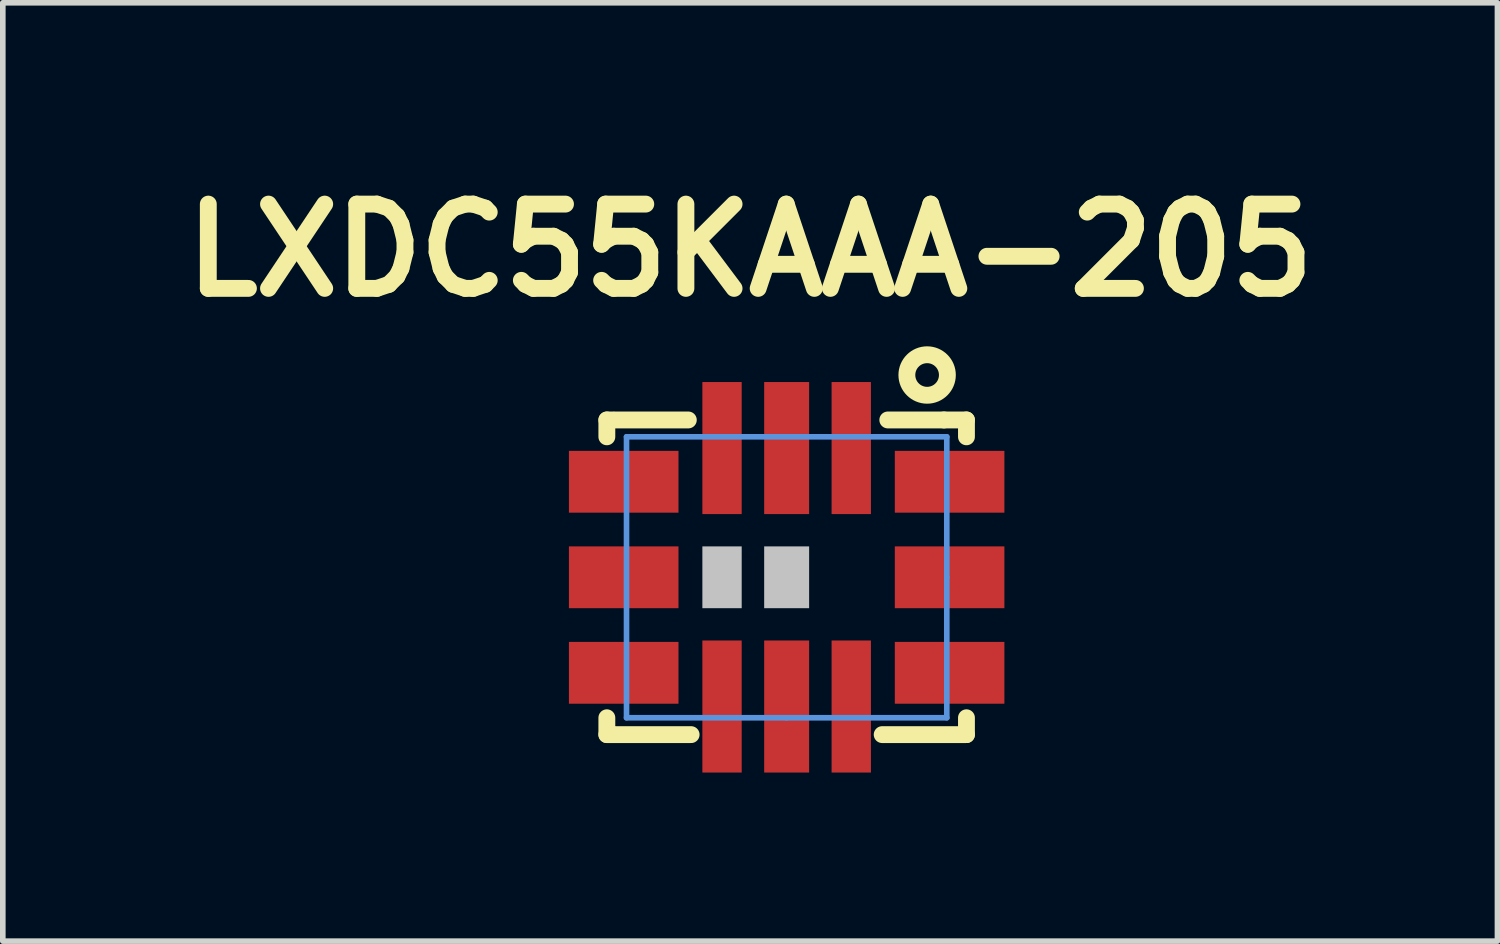
<source format=kicad_pcb>
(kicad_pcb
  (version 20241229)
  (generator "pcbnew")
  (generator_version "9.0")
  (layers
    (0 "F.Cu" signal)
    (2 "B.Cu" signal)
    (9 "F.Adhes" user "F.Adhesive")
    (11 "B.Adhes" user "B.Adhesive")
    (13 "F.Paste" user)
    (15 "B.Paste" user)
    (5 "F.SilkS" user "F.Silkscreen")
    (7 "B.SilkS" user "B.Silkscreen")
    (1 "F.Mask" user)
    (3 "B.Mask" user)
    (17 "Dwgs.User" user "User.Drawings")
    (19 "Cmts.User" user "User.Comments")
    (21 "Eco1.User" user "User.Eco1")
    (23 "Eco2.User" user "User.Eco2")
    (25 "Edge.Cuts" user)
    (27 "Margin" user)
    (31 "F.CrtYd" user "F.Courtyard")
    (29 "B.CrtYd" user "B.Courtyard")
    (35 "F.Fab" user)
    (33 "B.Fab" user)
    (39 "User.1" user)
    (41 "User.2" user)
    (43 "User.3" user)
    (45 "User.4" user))
  (footprint "LXDC55KAAA-205"
    (layer "F.Cu")
    (at 10.95 7.224)
    (property "Reference" "LXDC55KAAA-205" (at -0.65 -5.82 0) (layer "F.SilkS") (effects (font (size 1.5 1.5) (thickness 0.3))))
    (attr through_hole)
    (fp_line (start -3.2 -2.8) (end -3.2 -2.5) (stroke (width 0.3) (type solid)) (layer "F.SilkS"))
    (fp_line (start -3.2 2.8) (end -3.2 2.5) (stroke (width 0.3) (type solid)) (layer "F.SilkS"))
    (fp_line (start -3.1 -2.8) (end -3.2 -2.8) (stroke (width 0.3) (type solid)) (layer "F.SilkS"))
    (fp_line (start -3.1 2.8) (end -3.2 2.8) (stroke (width 0.3) (type solid)) (layer "F.SilkS"))
    (fp_line (start -3.1 2.8) (end -1.7 2.8) (stroke (width 0.3) (type solid)) (layer "F.SilkS"))
    (fp_line (start -3.05 -2.8) (end -1.75 -2.8) (stroke (width 0.3) (type solid)) (layer "F.SilkS"))
    (fp_line (start 1.7 2.8) (end 3.2 2.8) (stroke (width 0.3) (type solid)) (layer "F.SilkS"))
    (fp_line (start 1.8 -2.8) (end 2.8 -2.8) (stroke (width 0.3) (type solid)) (layer "F.SilkS"))
    (fp_line (start 2.8 -2.8) (end 3.2 -2.8) (stroke (width 0.3) (type solid)) (layer "F.SilkS"))
    (fp_line (start 3.2 -2.8) (end 3.2 -2.5) (stroke (width 0.3) (type solid)) (layer "F.SilkS"))
    (fp_line (start 3.2 2.8) (end 3.2 2.5) (stroke (width 0.3) (type solid)) (layer "F.SilkS"))
    (fp_circle (center 2.5 -3.6) (end 2.7 -3.3) (stroke (width 0.3) (type solid)) (fill no) (layer "F.SilkS"))
    (fp_line (start -2.85 -2.5) (end -2.85 2.5) (stroke (width 0.1) (type solid)) (layer "Cmts.User"))
    (fp_line (start -2.85 2.5) (end 0 2.5) (stroke (width 0.1) (type solid)) (layer "Cmts.User"))
    (fp_line (start 0 2.5) (end 2.85 2.5) (stroke (width 0.1) (type solid)) (layer "Cmts.User"))
    (fp_line (start 2.85 -2.5) (end -2.85 -2.5) (stroke (width 0.1) (type solid)) (layer "Cmts.User"))
    (fp_line (start 2.85 0) (end 2.85 -2.5) (stroke (width 0.1) (type solid)) (layer "Cmts.User"))
    (fp_line (start 2.85 2.5) (end 2.85 0) (stroke (width 0.1) (type solid)) (layer "Cmts.User"))
    (pad "" smd rect (at -1.15 0) (size 0.7 1.1) (layers "Dwgs.User"))
    (pad "" smd rect (at 0 -2.3) (size 0.8 2.35) (layers "F.Cu" "F.Mask" "F.Paste"))
    (pad "" smd rect (at 0 0) (size 0.8 1.1) (layers "Dwgs.User"))
    (pad "" smd rect (at 0 2.3) (size 0.8 2.35) (layers "F.Cu" "F.Mask" "F.Paste"))
    (pad "" smd rect (at 1.15 -2.3) (size 0.7 2.35) (layers "F.Cu" "F.Mask" "F.Paste"))
    (pad "1" smd rect (at 2.9 -1.7) (size 1.95 1.1) (layers "F.Cu" "F.Mask" "F.Paste"))
    (pad "2" smd rect (at -2.9 -1.7) (size 1.95 1.1) (layers "F.Cu" "F.Mask" "F.Paste"))
    (pad "2" smd rect (at -1.15 -2.3) (size 0.7 2.35) (layers "F.Cu" "F.Mask" "F.Paste"))
    (pad "3" smd rect (at -2.9 0) (size 1.95 1.1) (layers "F.Cu" "F.Mask" "F.Paste"))
    (pad "3" smd rect (at 2.9 0) (size 1.95 1.1) (layers "F.Cu" "F.Mask" "F.Paste"))
    (pad "4" smd rect (at 2.9 1.7) (size 1.95 1.1) (layers "F.Cu" "F.Mask" "F.Paste"))
    (pad "5" smd rect (at 1.15 2.3) (size 0.7 2.35) (layers "F.Cu" "F.Mask" "F.Paste"))
    (pad "6" smd rect (at -2.9 1.7) (size 1.95 1.1) (layers "F.Cu" "F.Mask" "F.Paste"))
    (pad "6" smd rect (at -1.15 2.3) (size 0.7 2.35) (layers "F.Cu" "F.Mask" "F.Paste")))
  (gr_rect
    (start -3 -3)
    (end 23.6 13.699)
    (stroke (width 0.1) (type default))
    (fill no)
    (layer "Edge.Cuts")))
</source>
